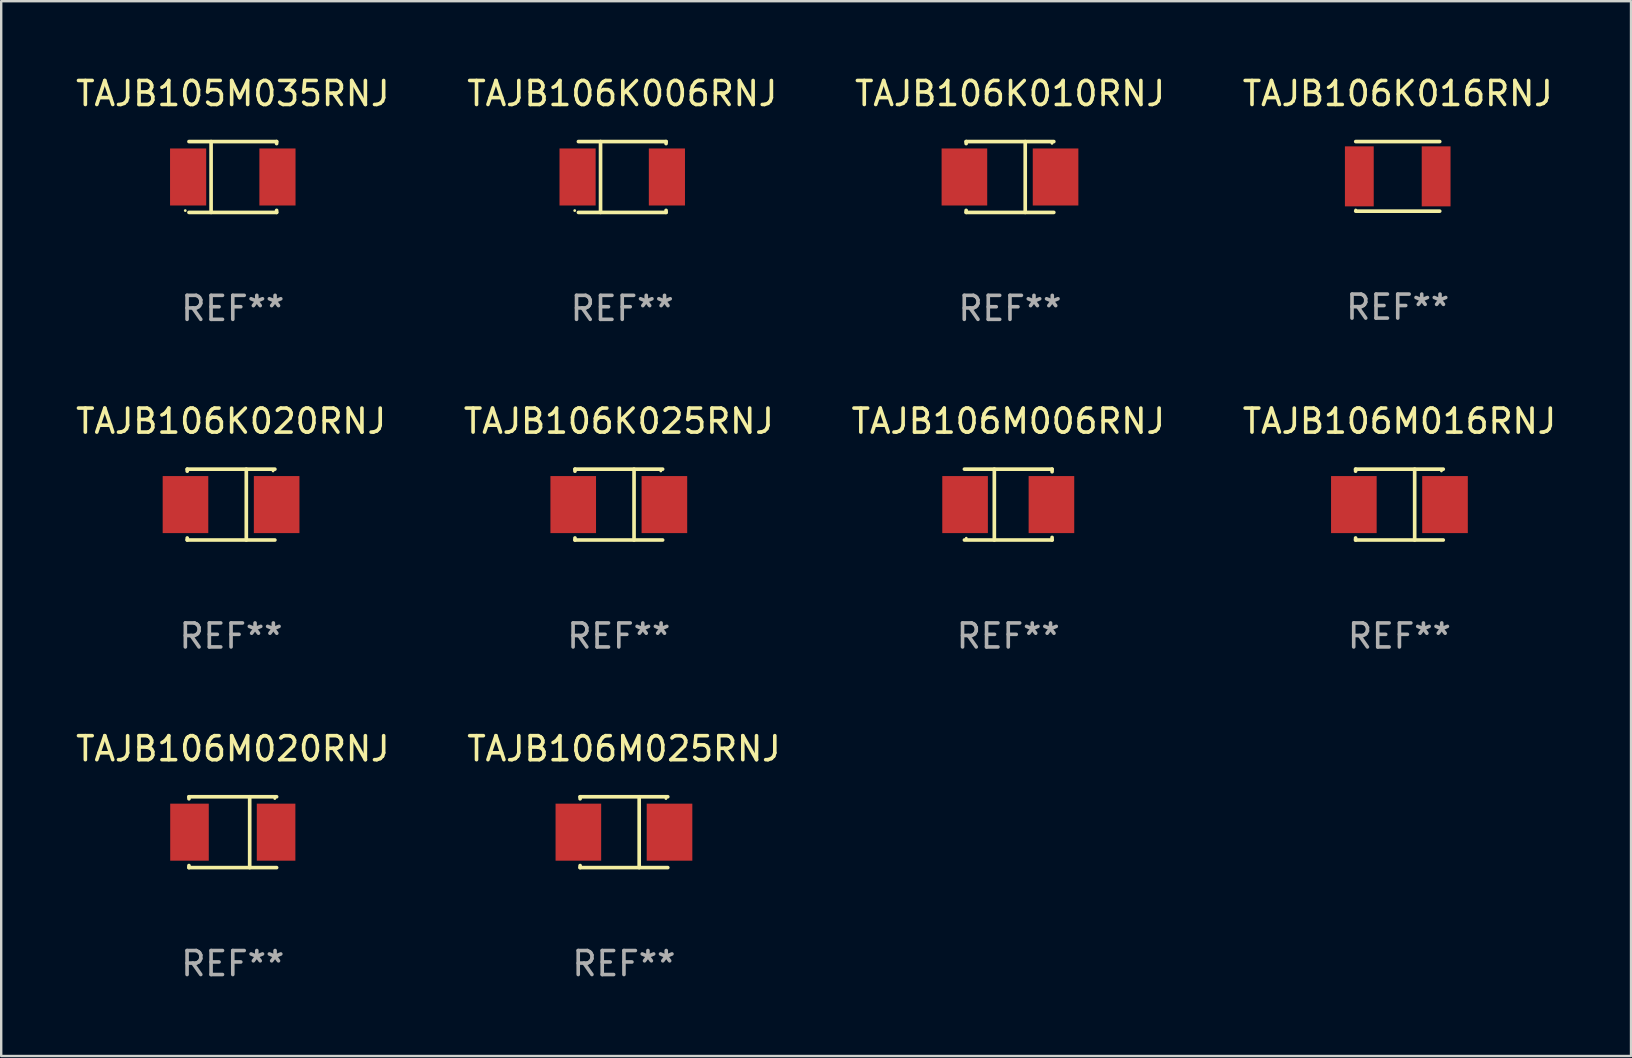
<source format=kicad_pcb>
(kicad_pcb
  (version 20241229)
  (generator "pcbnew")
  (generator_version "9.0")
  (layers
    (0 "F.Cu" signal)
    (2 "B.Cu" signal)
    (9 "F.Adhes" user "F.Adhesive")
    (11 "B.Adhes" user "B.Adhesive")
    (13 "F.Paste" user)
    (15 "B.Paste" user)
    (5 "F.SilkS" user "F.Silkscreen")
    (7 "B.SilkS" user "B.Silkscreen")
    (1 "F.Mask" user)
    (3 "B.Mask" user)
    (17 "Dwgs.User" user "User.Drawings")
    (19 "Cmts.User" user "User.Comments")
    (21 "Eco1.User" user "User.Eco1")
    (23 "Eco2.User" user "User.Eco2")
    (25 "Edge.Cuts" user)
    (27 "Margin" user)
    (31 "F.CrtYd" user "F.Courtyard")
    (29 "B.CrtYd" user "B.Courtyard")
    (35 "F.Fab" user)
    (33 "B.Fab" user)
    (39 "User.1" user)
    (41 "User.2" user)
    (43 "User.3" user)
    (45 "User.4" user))
  (footprint "TAJB106K016RNJ"
    (layer "F.Cu")
    (at 55.185 4.298)
    (property "Reference" "TAJB106K016RNJ" (at 0 -3.45 0) (layer "F.SilkS") (effects (font (size 1 1) (thickness 0.15))))
    (attr through_hole)
    (fp_line (start -1.75 1.45) (end 1.75 1.45) (stroke (width 0.152) (type solid)) (layer "F.SilkS"))
    (fp_line (start 1.75 -1.45) (end -1.75 -1.45) (stroke (width 0.152) (type solid)) (layer "F.SilkS"))
    (fp_circle (center -1.75 1.4) (end -1.72 1.4) (stroke (width 0.06) (type solid)) (fill no) (layer "F.SilkS"))
    (fp_text user "REF**" (at 0 5.45 0) (layer "F.Fab") (effects (font (size 1 1) (thickness 0.15))))
    (pad "1" smd rect (at -1.6 0.000025) (size 1.2 2.5) (layers "F.Cu" "F.Mask" "F.Paste"))
    (pad "2" smd rect (at 1.6 0.000025) (size 1.2 2.5) (layers "F.Cu" "F.Mask" "F.Paste")))
  (footprint "TAJB106K006RNJ"
    (layer "F.Cu")
    (at 22.875 4.324)
    (property "Reference" "TAJB106K006RNJ" (at 0 -3.476 0) (layer "F.SilkS") (effects (font (size 1 1) (thickness 0.15))))
    (attr through_hole)
    (fp_line (start -0.904 1.476) (end -0.904 -1.476) (stroke (width 0.152) (type solid)) (layer "F.SilkS"))
    (fp_line (start 1.826 -1.476) (end -1.826 -1.476) (stroke (width 0.152) (type solid)) (layer "F.SilkS"))
    (fp_line (start 1.826 -1.476) (end 1.826 -1.391) (stroke (width 0.152) (type solid)) (layer "F.SilkS"))
    (fp_line (start 1.826 1.476) (end -1.826 1.476) (stroke (width 0.152) (type solid)) (layer "F.SilkS"))
    (fp_line (start 1.826 1.476) (end 1.826 1.391) (stroke (width 0.152) (type solid)) (layer "F.SilkS"))
    (fp_circle (center -1.98 1.4) (end -1.95 1.4) (stroke (width 0.06) (type solid)) (fill no) (layer "F.SilkS"))
    (fp_text user "REF**" (at 0 5.476 0) (layer "F.Fab") (effects (font (size 1 1) (thickness 0.15))))
    (pad "1" smd rect (at -1.861 0 180) (size 1.506 2.376) (layers "F.Cu" "F.Mask" "F.Paste"))
    (pad "2" smd rect (at 1.861 0 180) (size 1.506 2.376) (layers "F.Cu" "F.Mask" "F.Paste")))
  (footprint "TAJB106K025RNJ"
    (layer "F.Cu")
    (at 22.732 17.973)
    (property "Reference" "TAJB106K025RNJ" (at 0 -3.476 0) (layer "F.SilkS") (effects (font (size 1 1) (thickness 0.15))))
    (attr through_hole)
    (fp_line (start -1.826 -1.476) (end -1.826 -1.391) (stroke (width 0.152) (type solid)) (layer "F.SilkS"))
    (fp_line (start -1.826 -1.476) (end 1.826 -1.476) (stroke (width 0.152) (type solid)) (layer "F.SilkS"))
    (fp_line (start -1.826 1.476) (end -1.826 1.391) (stroke (width 0.152) (type solid)) (layer "F.SilkS"))
    (fp_line (start -1.826 1.476) (end 1.826 1.476) (stroke (width 0.152) (type solid)) (layer "F.SilkS"))
    (fp_line (start 0.635 -1.476) (end 0.635 1.476) (stroke (width 0.152) (type solid)) (layer "F.SilkS"))
    (fp_circle (center 1.75 -1.4) (end 1.78 -1.4) (stroke (width 0.06) (type solid)) (fill no) (layer "F.SilkS"))
    (fp_text user "REF**" (at 0 5.476 0) (layer "F.Fab") (effects (font (size 1 1) (thickness 0.15))))
    (pad "1" smd rect (at 1.899 0) (size 1.9 2.376) (layers "F.Cu" "F.Mask" "F.Paste"))
    (pad "2" smd rect (at -1.899 0) (size 1.9 2.376) (layers "F.Cu" "F.Mask" "F.Paste")))
  (footprint "TAJB106M020RNJ"
    (layer "F.Cu")
    (at 6.649 31.622)
    (property "Reference" "TAJB106M020RNJ" (at 0 -3.476 0) (layer "F.SilkS") (effects (font (size 1 1) (thickness 0.15))))
    (attr through_hole)
    (fp_line (start -1.826 -1.476) (end -1.826 -1.391) (stroke (width 0.152) (type solid)) (layer "F.SilkS"))
    (fp_line (start -1.826 -1.476) (end 1.826 -1.476) (stroke (width 0.152) (type solid)) (layer "F.SilkS"))
    (fp_line (start -1.826 1.476) (end -1.826 1.391) (stroke (width 0.152) (type solid)) (layer "F.SilkS"))
    (fp_line (start -1.826 1.476) (end 1.826 1.476) (stroke (width 0.152) (type solid)) (layer "F.SilkS"))
    (fp_line (start 0.704 -1.476) (end 0.704 1.476) (stroke (width 0.152) (type solid)) (layer "F.SilkS"))
    (fp_circle (center 1.75 -1.4) (end 1.78 -1.4) (stroke (width 0.06) (type solid)) (fill no) (layer "F.SilkS"))
    (fp_text user "REF**" (at 0 5.476 0) (layer "F.Fab") (effects (font (size 1 1) (thickness 0.15))))
    (pad "1" smd rect (at 1.804 0) (size 1.607 2.376) (layers "F.Cu" "F.Mask" "F.Paste"))
    (pad "2" smd rect (at -1.804 0) (size 1.607 2.376) (layers "F.Cu" "F.Mask" "F.Paste")))
  (footprint "TAJB106K010RNJ"
    (layer "F.Cu")
    (at 39.03 4.324)
    (property "Reference" "TAJB106K010RNJ" (at 0 -3.476 0) (layer "F.SilkS") (effects (font (size 1 1) (thickness 0.15))))
    (attr through_hole)
    (fp_line (start -1.826 -1.476) (end -1.826 -1.391) (stroke (width 0.152) (type solid)) (layer "F.SilkS"))
    (fp_line (start -1.826 -1.476) (end 1.826 -1.476) (stroke (width 0.152) (type solid)) (layer "F.SilkS"))
    (fp_line (start -1.826 1.476) (end -1.826 1.391) (stroke (width 0.152) (type solid)) (layer "F.SilkS"))
    (fp_line (start -1.826 1.476) (end 1.826 1.476) (stroke (width 0.152) (type solid)) (layer "F.SilkS"))
    (fp_line (start 0.635 -1.476) (end 0.635 1.476) (stroke (width 0.152) (type solid)) (layer "F.SilkS"))
    (fp_circle (center 1.75 -1.4) (end 1.78 -1.4) (stroke (width 0.06) (type solid)) (fill no) (layer "F.SilkS"))
    (fp_text user "REF**" (at 0 5.476 0) (layer "F.Fab") (effects (font (size 1 1) (thickness 0.15))))
    (pad "1" smd rect (at 1.899 0) (size 1.9 2.376) (layers "F.Cu" "F.Mask" "F.Paste"))
    (pad "2" smd rect (at -1.899 0) (size 1.9 2.376) (layers "F.Cu" "F.Mask" "F.Paste")))
  (footprint "TAJB106M006RNJ"
    (layer "F.Cu")
    (at 38.958 17.973)
    (property "Reference" "TAJB106M006RNJ" (at 0 -3.476 0) (layer "F.SilkS") (effects (font (size 1 1) (thickness 0.15))))
    (attr through_hole)
    (fp_line (start -1.826 -1.476) (end 1.826 -1.476) (stroke (width 0.152) (type solid)) (layer "F.SilkS"))
    (fp_line (start -1.826 1.476) (end 1.826 1.476) (stroke (width 0.152) (type solid)) (layer "F.SilkS"))
    (fp_line (start -0.58 -1.476) (end -0.58 1.476) (stroke (width 0.152) (type solid)) (layer "F.SilkS"))
    (fp_line (start 1.826 -1.476) (end 1.826 -1.368) (stroke (width 0.152) (type solid)) (layer "F.SilkS"))
    (fp_line (start 1.826 1.368) (end 1.826 1.476) (stroke (width 0.152) (type solid)) (layer "F.SilkS"))
    (fp_circle (center -1.75 1.4) (end -1.72 1.4) (stroke (width 0.06) (type solid)) (fill no) (layer "F.SilkS"))
    (fp_text user "REF**" (at 0 5.476 0) (layer "F.Fab") (effects (font (size 1 1) (thickness 0.15))))
    (pad "1" smd rect (at -1.799 0) (size 1.9 2.376) (layers "F.Cu" "F.Mask" "F.Paste"))
    (pad "2" smd rect (at 1.799 0) (size 1.9 2.376) (layers "F.Cu" "F.Mask" "F.Paste")))
  (footprint "TAJB106K020RNJ"
    (layer "F.Cu")
    (at 6.577 17.973)
    (property "Reference" "TAJB106K020RNJ" (at 0 -3.476 0) (layer "F.SilkS") (effects (font (size 1 1) (thickness 0.15))))
    (attr through_hole)
    (fp_line (start -1.826 -1.476) (end -1.826 -1.391) (stroke (width 0.152) (type solid)) (layer "F.SilkS"))
    (fp_line (start -1.826 -1.476) (end 1.826 -1.476) (stroke (width 0.152) (type solid)) (layer "F.SilkS"))
    (fp_line (start -1.826 1.476) (end -1.826 1.391) (stroke (width 0.152) (type solid)) (layer "F.SilkS"))
    (fp_line (start -1.826 1.476) (end 1.826 1.476) (stroke (width 0.152) (type solid)) (layer "F.SilkS"))
    (fp_line (start 0.635 -1.476) (end 0.635 1.476) (stroke (width 0.152) (type solid)) (layer "F.SilkS"))
    (fp_circle (center 1.75 -1.4) (end 1.78 -1.4) (stroke (width 0.06) (type solid)) (fill no) (layer "F.SilkS"))
    (fp_text user "REF**" (at 0 5.476 0) (layer "F.Fab") (effects (font (size 1 1) (thickness 0.15))))
    (pad "1" smd rect (at 1.899 0) (size 1.9 2.376) (layers "F.Cu" "F.Mask" "F.Paste"))
    (pad "2" smd rect (at -1.899 0) (size 1.9 2.376) (layers "F.Cu" "F.Mask" "F.Paste")))
  (footprint "TAJB105M035RNJ"
    (layer "F.Cu")
    (at 6.649 4.324)
    (property "Reference" "TAJB105M035RNJ" (at 0 -3.476 0) (layer "F.SilkS") (effects (font (size 1 1) (thickness 0.15))))
    (attr through_hole)
    (fp_line (start -0.904 1.476) (end -0.904 -1.476) (stroke (width 0.152) (type solid)) (layer "F.SilkS"))
    (fp_line (start 1.826 -1.476) (end -1.826 -1.476) (stroke (width 0.152) (type solid)) (layer "F.SilkS"))
    (fp_line (start 1.826 -1.476) (end 1.826 -1.391) (stroke (width 0.152) (type solid)) (layer "F.SilkS"))
    (fp_line (start 1.826 1.476) (end -1.826 1.476) (stroke (width 0.152) (type solid)) (layer "F.SilkS"))
    (fp_line (start 1.826 1.476) (end 1.826 1.391) (stroke (width 0.152) (type solid)) (layer "F.SilkS"))
    (fp_circle (center -1.98 1.4) (end -1.95 1.4) (stroke (width 0.06) (type solid)) (fill no) (layer "F.SilkS"))
    (fp_text user "REF**" (at 0 5.476 0) (layer "F.Fab") (effects (font (size 1 1) (thickness 0.15))))
    (pad "1" smd rect (at -1.861 0 180) (size 1.506 2.376) (layers "F.Cu" "F.Mask" "F.Paste"))
    (pad "2" smd rect (at 1.861 0 180) (size 1.506 2.376) (layers "F.Cu" "F.Mask" "F.Paste")))
  (footprint "TAJB106M016RNJ"
    (layer "F.Cu")
    (at 55.256 17.973)
    (property "Reference" "TAJB106M016RNJ" (at 0 -3.476 0) (layer "F.SilkS") (effects (font (size 1 1) (thickness 0.15))))
    (attr through_hole)
    (fp_line (start -1.826 -1.476) (end -1.826 -1.391) (stroke (width 0.152) (type solid)) (layer "F.SilkS"))
    (fp_line (start -1.826 -1.476) (end 1.826 -1.476) (stroke (width 0.152) (type solid)) (layer "F.SilkS"))
    (fp_line (start -1.826 1.476) (end -1.826 1.391) (stroke (width 0.152) (type solid)) (layer "F.SilkS"))
    (fp_line (start -1.826 1.476) (end 1.826 1.476) (stroke (width 0.152) (type solid)) (layer "F.SilkS"))
    (fp_line (start 0.635 -1.476) (end 0.635 1.476) (stroke (width 0.152) (type solid)) (layer "F.SilkS"))
    (fp_circle (center 1.75 -1.4) (end 1.78 -1.4) (stroke (width 0.06) (type solid)) (fill no) (layer "F.SilkS"))
    (fp_text user "REF**" (at 0 5.476 0) (layer "F.Fab") (effects (font (size 1 1) (thickness 0.15))))
    (pad "1" smd rect (at 1.899 0) (size 1.9 2.376) (layers "F.Cu" "F.Mask" "F.Paste"))
    (pad "2" smd rect (at -1.899 0) (size 1.9 2.376) (layers "F.Cu" "F.Mask" "F.Paste")))
  (footprint "TAJB106M025RNJ"
    (layer "F.Cu")
    (at 22.946 31.622)
    (property "Reference" "TAJB106M025RNJ" (at 0 -3.476 0) (layer "F.SilkS") (effects (font (size 1 1) (thickness 0.15))))
    (attr through_hole)
    (fp_line (start -1.826 -1.476) (end -1.826 -1.391) (stroke (width 0.152) (type solid)) (layer "F.SilkS"))
    (fp_line (start -1.826 -1.476) (end 1.826 -1.476) (stroke (width 0.152) (type solid)) (layer "F.SilkS"))
    (fp_line (start -1.826 1.476) (end -1.826 1.391) (stroke (width 0.152) (type solid)) (layer "F.SilkS"))
    (fp_line (start -1.826 1.476) (end 1.826 1.476) (stroke (width 0.152) (type solid)) (layer "F.SilkS"))
    (fp_line (start 0.635 -1.476) (end 0.635 1.476) (stroke (width 0.152) (type solid)) (layer "F.SilkS"))
    (fp_circle (center 1.75 -1.4) (end 1.78 -1.4) (stroke (width 0.06) (type solid)) (fill no) (layer "F.SilkS"))
    (fp_text user "REF**" (at 0 5.476 0) (layer "F.Fab") (effects (font (size 1 1) (thickness 0.15))))
    (pad "1" smd rect (at 1.899 0) (size 1.9 2.376) (layers "F.Cu" "F.Mask" "F.Paste"))
    (pad "2" smd rect (at -1.899 0) (size 1.9 2.376) (layers "F.Cu" "F.Mask" "F.Paste")))
  (gr_rect
    (start -3 -3)
    (end 64.905 40.947)
    (stroke (width 0.1) (type default))
    (fill no)
    (layer "Edge.Cuts")))
</source>
